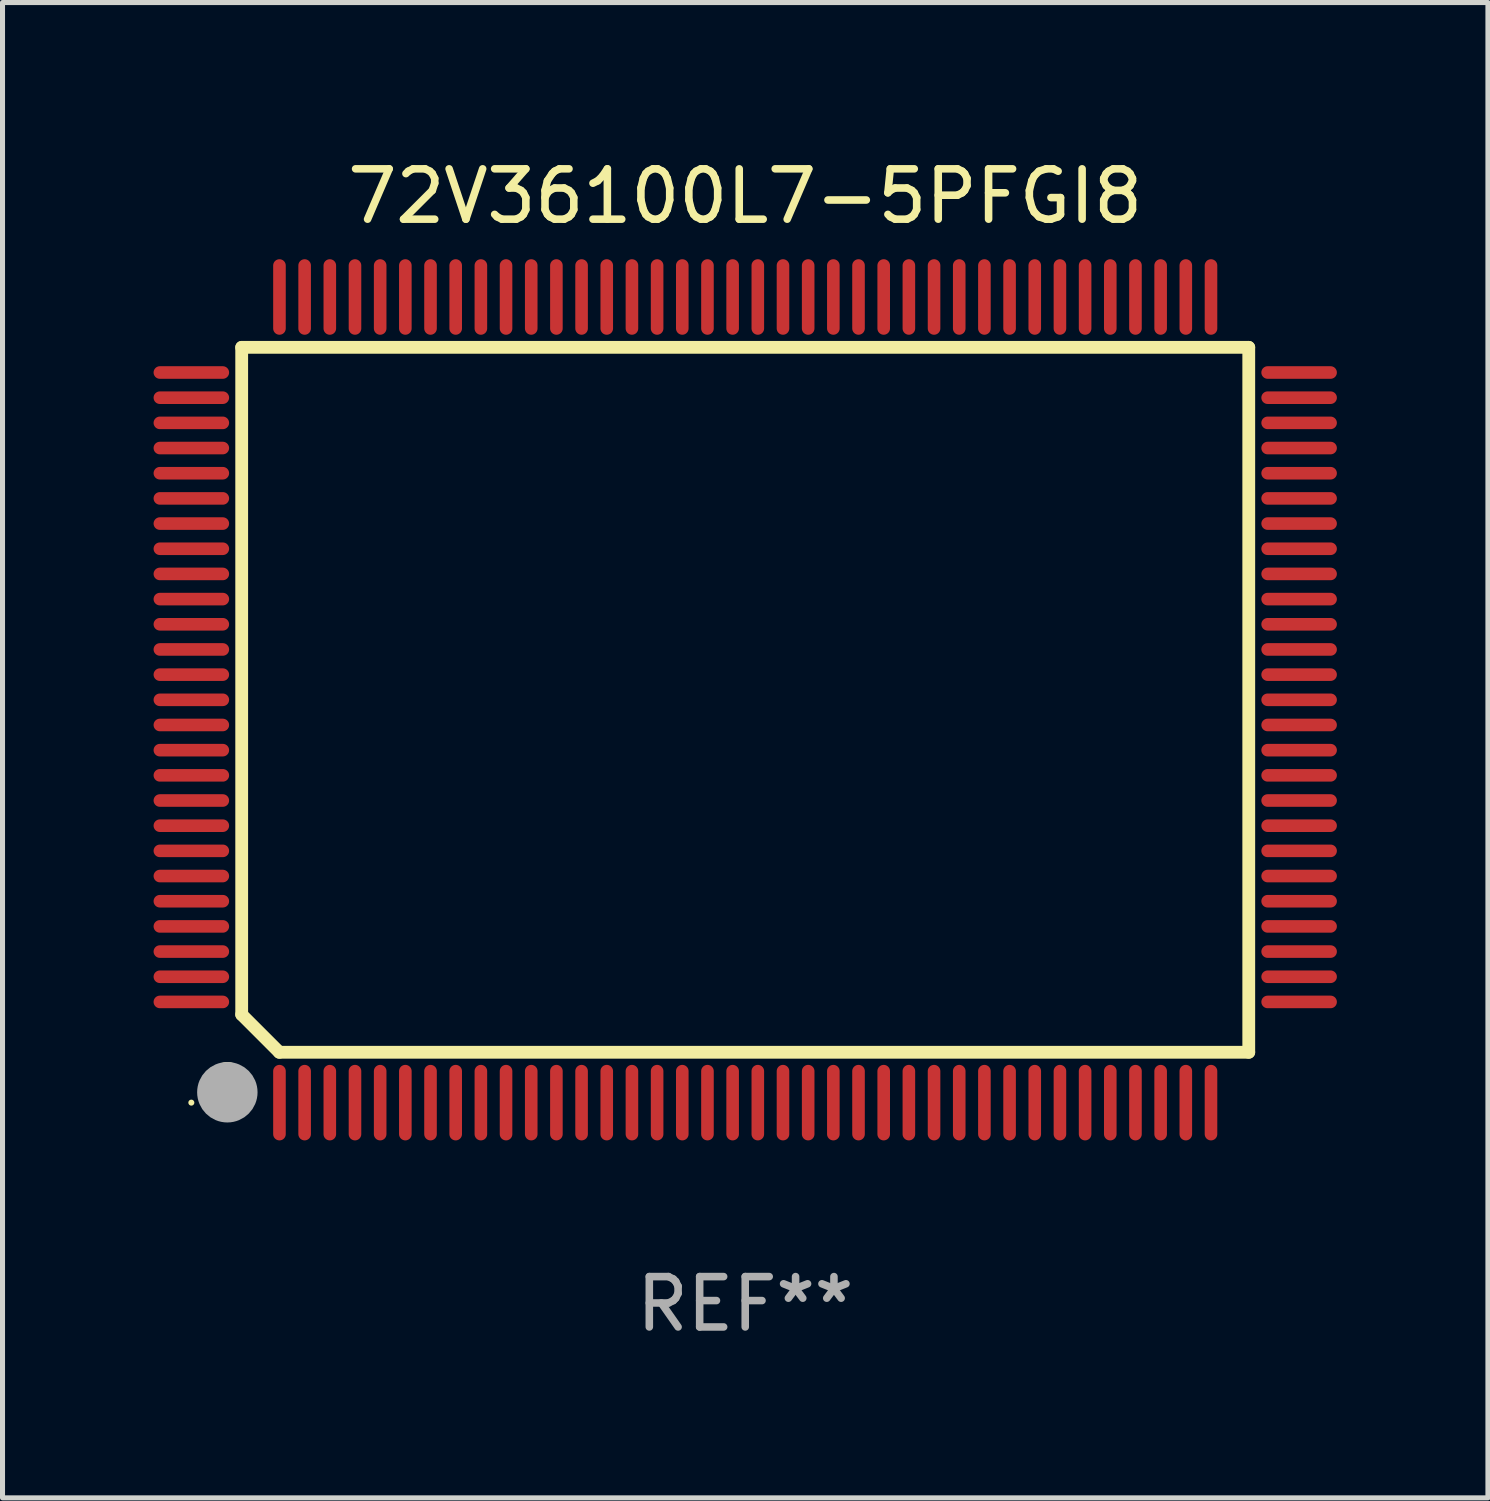
<source format=kicad_pcb>
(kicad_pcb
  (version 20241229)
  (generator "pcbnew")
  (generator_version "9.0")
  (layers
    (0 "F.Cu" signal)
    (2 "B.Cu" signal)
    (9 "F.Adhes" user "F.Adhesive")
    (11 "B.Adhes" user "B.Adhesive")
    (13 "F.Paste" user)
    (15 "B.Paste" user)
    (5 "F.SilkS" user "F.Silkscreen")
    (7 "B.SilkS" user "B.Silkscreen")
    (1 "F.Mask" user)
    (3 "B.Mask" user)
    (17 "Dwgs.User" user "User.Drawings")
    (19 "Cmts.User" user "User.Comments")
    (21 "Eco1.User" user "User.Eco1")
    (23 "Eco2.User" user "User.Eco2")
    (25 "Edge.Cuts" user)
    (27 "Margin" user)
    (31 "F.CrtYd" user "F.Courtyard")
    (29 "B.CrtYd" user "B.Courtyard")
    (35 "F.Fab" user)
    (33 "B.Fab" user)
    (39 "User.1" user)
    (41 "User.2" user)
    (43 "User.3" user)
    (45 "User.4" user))
  (footprint "72V36100L7-5PFGI8"
    (layer "F.Cu")
    (at 11.75 10.848)
    (property "Reference" "72V36100L7-5PFGI8" (at 0 -10 0) (layer "F.SilkS") (effects (font (size 1 1) (thickness 0.15))))
    (attr through_hole)
    (fp_line (start -10 -7) (end -10 6.25) (stroke (width 0.254) (type solid)) (layer "F.SilkS"))
    (fp_line (start -10 -7) (end 10 -7) (stroke (width 0.254) (type solid)) (layer "F.SilkS"))
    (fp_line (start -9.252 7) (end -10 6.252) (stroke (width 0.254) (type solid)) (layer "F.SilkS"))
    (fp_line (start 10 -7) (end 10 7) (stroke (width 0.254) (type solid)) (layer "F.SilkS"))
    (fp_line (start 10 7) (end -9.252 7) (stroke (width 0.254) (type solid)) (layer "F.SilkS"))
    (fp_arc (start -10.287021 7.493015) (mid -10.284481 7.493004) (end -10.281941 7.493015) (stroke (width 0.6) (type solid)) (layer "F.SilkS"))
    (fp_circle (center -11 8) (end -10.97 8) (stroke (width 0.06) (type solid)) (fill no) (layer "F.SilkS"))
    (fp_circle (center -10.285 7.794) (end -9.985 7.794) (stroke (width 0.6) (type solid)) (fill no) (layer "F.Fab"))
    (fp_text user "REF**" (at 0 12 0) (layer "F.Fab") (effects (font (size 1 1) (thickness 0.15))))
    (pad "1" smd oval (at -9.25 8) (size 0.25 1.5) (layers "F.Cu" "F.Mask" "F.Paste"))
    (pad "2" smd oval (at -8.75 8) (size 0.25 1.5) (layers "F.Cu" "F.Mask" "F.Paste"))
    (pad "3" smd oval (at -8.25 8) (size 0.25 1.5) (layers "F.Cu" "F.Mask" "F.Paste"))
    (pad "4" smd oval (at -7.75 8) (size 0.25 1.5) (layers "F.Cu" "F.Mask" "F.Paste"))
    (pad "5" smd oval (at -7.25 8) (size 0.25 1.5) (layers "F.Cu" "F.Mask" "F.Paste"))
    (pad "6" smd oval (at -6.75 8) (size 0.25 1.5) (layers "F.Cu" "F.Mask" "F.Paste"))
    (pad "7" smd oval (at -6.25 8) (size 0.25 1.5) (layers "F.Cu" "F.Mask" "F.Paste"))
    (pad "8" smd oval (at -5.75 8) (size 0.25 1.5) (layers "F.Cu" "F.Mask" "F.Paste"))
    (pad "9" smd oval (at -5.25 8) (size 0.25 1.5) (layers "F.Cu" "F.Mask" "F.Paste"))
    (pad "10" smd oval (at -4.75 8) (size 0.25 1.5) (layers "F.Cu" "F.Mask" "F.Paste"))
    (pad "11" smd oval (at -4.25 8) (size 0.25 1.5) (layers "F.Cu" "F.Mask" "F.Paste"))
    (pad "12" smd oval (at -3.75 8) (size 0.25 1.5) (layers "F.Cu" "F.Mask" "F.Paste"))
    (pad "13" smd oval (at -3.25 8) (size 0.25 1.5) (layers "F.Cu" "F.Mask" "F.Paste"))
    (pad "14" smd oval (at -2.75 8) (size 0.25 1.5) (layers "F.Cu" "F.Mask" "F.Paste"))
    (pad "15" smd oval (at -2.25 8) (size 0.25 1.5) (layers "F.Cu" "F.Mask" "F.Paste"))
    (pad "16" smd oval (at -1.75 8) (size 0.25 1.5) (layers "F.Cu" "F.Mask" "F.Paste"))
    (pad "17" smd oval (at -1.25 8) (size 0.25 1.5) (layers "F.Cu" "F.Mask" "F.Paste"))
    (pad "18" smd oval (at -0.75 8) (size 0.25 1.5) (layers "F.Cu" "F.Mask" "F.Paste"))
    (pad "19" smd oval (at -0.25 8) (size 0.25 1.5) (layers "F.Cu" "F.Mask" "F.Paste"))
    (pad "20" smd oval (at 0.25 8) (size 0.25 1.5) (layers "F.Cu" "F.Mask" "F.Paste"))
    (pad "21" smd oval (at 0.75 8) (size 0.25 1.5) (layers "F.Cu" "F.Mask" "F.Paste"))
    (pad "22" smd oval (at 1.25 8) (size 0.25 1.5) (layers "F.Cu" "F.Mask" "F.Paste"))
    (pad "23" smd oval (at 1.75 8) (size 0.25 1.5) (layers "F.Cu" "F.Mask" "F.Paste"))
    (pad "24" smd oval (at 2.25 8) (size 0.25 1.5) (layers "F.Cu" "F.Mask" "F.Paste"))
    (pad "25" smd oval (at 2.75 8) (size 0.25 1.5) (layers "F.Cu" "F.Mask" "F.Paste"))
    (pad "26" smd oval (at 3.25 8) (size 0.25 1.5) (layers "F.Cu" "F.Mask" "F.Paste"))
    (pad "27" smd oval (at 3.75 8) (size 0.25 1.5) (layers "F.Cu" "F.Mask" "F.Paste"))
    (pad "28" smd oval (at 4.25 8) (size 0.25 1.5) (layers "F.Cu" "F.Mask" "F.Paste"))
    (pad "29" smd oval (at 4.75 8) (size 0.25 1.5) (layers "F.Cu" "F.Mask" "F.Paste"))
    (pad "30" smd oval (at 5.25 8) (size 0.25 1.5) (layers "F.Cu" "F.Mask" "F.Paste"))
    (pad "31" smd oval (at 5.75 8) (size 0.25 1.5) (layers "F.Cu" "F.Mask" "F.Paste"))
    (pad "32" smd oval (at 6.25 8) (size 0.25 1.5) (layers "F.Cu" "F.Mask" "F.Paste"))
    (pad "33" smd oval (at 6.75 8 180) (size 0.25 1.5) (layers "F.Cu" "F.Mask" "F.Paste"))
    (pad "34" smd oval (at 7.25 8 180) (size 0.25 1.5) (layers "F.Cu" "F.Mask" "F.Paste"))
    (pad "35" smd oval (at 7.75 8 180) (size 0.25 1.5) (layers "F.Cu" "F.Mask" "F.Paste"))
    (pad "36" smd oval (at 8.25 8 180) (size 0.25 1.5) (layers "F.Cu" "F.Mask" "F.Paste"))
    (pad "37" smd oval (at 8.75 8 180) (size 0.25 1.5) (layers "F.Cu" "F.Mask" "F.Paste"))
    (pad "38" smd oval (at 9.25 8 180) (size 0.25 1.5) (layers "F.Cu" "F.Mask" "F.Paste"))
    (pad "39" smd oval (at 11 6 270) (size 0.25 1.5) (layers "F.Cu" "F.Mask" "F.Paste"))
    (pad "40" smd oval (at 11 5.5 270) (size 0.25 1.5) (layers "F.Cu" "F.Mask" "F.Paste"))
    (pad "41" smd oval (at 11 5 270) (size 0.25 1.5) (layers "F.Cu" "F.Mask" "F.Paste"))
    (pad "42" smd oval (at 11 4.5 270) (size 0.25 1.5) (layers "F.Cu" "F.Mask" "F.Paste"))
    (pad "43" smd oval (at 11 4 270) (size 0.25 1.5) (layers "F.Cu" "F.Mask" "F.Paste"))
    (pad "44" smd oval (at 11 3.5 270) (size 0.25 1.5) (layers "F.Cu" "F.Mask" "F.Paste"))
    (pad "45" smd oval (at 11 3 270) (size 0.25 1.5) (layers "F.Cu" "F.Mask" "F.Paste"))
    (pad "46" smd oval (at 11 2.5 270) (size 0.25 1.5) (layers "F.Cu" "F.Mask" "F.Paste"))
    (pad "47" smd oval (at 11 2 270) (size 0.25 1.5) (layers "F.Cu" "F.Mask" "F.Paste"))
    (pad "48" smd oval (at 11 1.5 270) (size 0.25 1.5) (layers "F.Cu" "F.Mask" "F.Paste"))
    (pad "49" smd oval (at 11 1 270) (size 0.25 1.5) (layers "F.Cu" "F.Mask" "F.Paste"))
    (pad "50" smd oval (at 11 0.5 270) (size 0.25 1.5) (layers "F.Cu" "F.Mask" "F.Paste"))
    (pad "51" smd oval (at 11 0 270) (size 0.25 1.5) (layers "F.Cu" "F.Mask" "F.Paste"))
    (pad "52" smd oval (at 11 -0.5 270) (size 0.25 1.5) (layers "F.Cu" "F.Mask" "F.Paste"))
    (pad "53" smd oval (at 11 -1 270) (size 0.25 1.5) (layers "F.Cu" "F.Mask" "F.Paste"))
    (pad "54" smd oval (at 11 -1.5 270) (size 0.25 1.5) (layers "F.Cu" "F.Mask" "F.Paste"))
    (pad "55" smd oval (at 11 -2 270) (size 0.25 1.5) (layers "F.Cu" "F.Mask" "F.Paste"))
    (pad "56" smd oval (at 11 -2.5 270) (size 0.25 1.5) (layers "F.Cu" "F.Mask" "F.Paste"))
    (pad "57" smd oval (at 11 -3 270) (size 0.25 1.5) (layers "F.Cu" "F.Mask" "F.Paste"))
    (pad "58" smd oval (at 11 -3.5 270) (size 0.25 1.5) (layers "F.Cu" "F.Mask" "F.Paste"))
    (pad "59" smd oval (at 11 -4 270) (size 0.25 1.5) (layers "F.Cu" "F.Mask" "F.Paste"))
    (pad "60" smd oval (at 11 -4.5 270) (size 0.25 1.5) (layers "F.Cu" "F.Mask" "F.Paste"))
    (pad "61" smd oval (at 11 -5 270) (size 0.25 1.5) (layers "F.Cu" "F.Mask" "F.Paste"))
    (pad "62" smd oval (at 11 -5.5 270) (size 0.25 1.5) (layers "F.Cu" "F.Mask" "F.Paste"))
    (pad "63" smd oval (at 11 -6 270) (size 0.25 1.5) (layers "F.Cu" "F.Mask" "F.Paste"))
    (pad "64" smd oval (at 11 -6.5 270) (size 0.25 1.5) (layers "F.Cu" "F.Mask" "F.Paste"))
    (pad "65" smd oval (at 9.25 -8 180) (size 0.25 1.5) (layers "F.Cu" "F.Mask" "F.Paste"))
    (pad "66" smd oval (at 8.75 -8 180) (size 0.25 1.5) (layers "F.Cu" "F.Mask" "F.Paste"))
    (pad "67" smd oval (at 8.25 -8 180) (size 0.25 1.5) (layers "F.Cu" "F.Mask" "F.Paste"))
    (pad "68" smd oval (at 7.75 -8 180) (size 0.25 1.5) (layers "F.Cu" "F.Mask" "F.Paste"))
    (pad "69" smd oval (at 7.25 -8 180) (size 0.25 1.5) (layers "F.Cu" "F.Mask" "F.Paste"))
    (pad "70" smd oval (at 6.75 -8 180) (size 0.25 1.5) (layers "F.Cu" "F.Mask" "F.Paste"))
    (pad "71" smd oval (at 6.25 -8 180) (size 0.25 1.5) (layers "F.Cu" "F.Mask" "F.Paste"))
    (pad "72" smd oval (at 5.75 -8 180) (size 0.25 1.5) (layers "F.Cu" "F.Mask" "F.Paste"))
    (pad "73" smd oval (at 5.25 -8 180) (size 0.25 1.5) (layers "F.Cu" "F.Mask" "F.Paste"))
    (pad "74" smd oval (at 4.75 -8 180) (size 0.25 1.5) (layers "F.Cu" "F.Mask" "F.Paste"))
    (pad "75" smd oval (at 4.25 -8 180) (size 0.25 1.5) (layers "F.Cu" "F.Mask" "F.Paste"))
    (pad "76" smd oval (at 3.75 -8 180) (size 0.25 1.5) (layers "F.Cu" "F.Mask" "F.Paste"))
    (pad "77" smd oval (at 3.25 -8 180) (size 0.25 1.5) (layers "F.Cu" "F.Mask" "F.Paste"))
    (pad "78" smd oval (at 2.75 -8 180) (size 0.25 1.5) (layers "F.Cu" "F.Mask" "F.Paste"))
    (pad "79" smd oval (at 2.25 -8 180) (size 0.25 1.5) (layers "F.Cu" "F.Mask" "F.Paste"))
    (pad "80" smd oval (at 1.75 -8 180) (size 0.25 1.5) (layers "F.Cu" "F.Mask" "F.Paste"))
    (pad "81" smd oval (at 1.25 -8 180) (size 0.25 1.5) (layers "F.Cu" "F.Mask" "F.Paste"))
    (pad "82" smd oval (at 0.75 -8 180) (size 0.25 1.5) (layers "F.Cu" "F.Mask" "F.Paste"))
    (pad "83" smd oval (at 0.25 -8 180) (size 0.25 1.5) (layers "F.Cu" "F.Mask" "F.Paste"))
    (pad "84" smd oval (at -0.25 -8 180) (size 0.25 1.5) (layers "F.Cu" "F.Mask" "F.Paste"))
    (pad "85" smd oval (at -0.75 -8 180) (size 0.25 1.5) (layers "F.Cu" "F.Mask" "F.Paste"))
    (pad "86" smd oval (at -1.25 -8 180) (size 0.25 1.5) (layers "F.Cu" "F.Mask" "F.Paste"))
    (pad "87" smd oval (at -1.75 -8 180) (size 0.25 1.5) (layers "F.Cu" "F.Mask" "F.Paste"))
    (pad "88" smd oval (at -2.25 -8 180) (size 0.25 1.5) (layers "F.Cu" "F.Mask" "F.Paste"))
    (pad "89" smd oval (at -2.75 -8 180) (size 0.25 1.5) (layers "F.Cu" "F.Mask" "F.Paste"))
    (pad "90" smd oval (at -3.25 -8 180) (size 0.25 1.5) (layers "F.Cu" "F.Mask" "F.Paste"))
    (pad "91" smd oval (at -3.75 -8 180) (size 0.25 1.5) (layers "F.Cu" "F.Mask" "F.Paste"))
    (pad "92" smd oval (at -4.25 -8 180) (size 0.25 1.5) (layers "F.Cu" "F.Mask" "F.Paste"))
    (pad "93" smd oval (at -4.75 -8 180) (size 0.25 1.5) (layers "F.Cu" "F.Mask" "F.Paste"))
    (pad "94" smd oval (at -5.25 -8 180) (size 0.25 1.5) (layers "F.Cu" "F.Mask" "F.Paste"))
    (pad "95" smd oval (at -5.75 -8 180) (size 0.25 1.5) (layers "F.Cu" "F.Mask" "F.Paste"))
    (pad "96" smd oval (at -6.25 -8 180) (size 0.25 1.5) (layers "F.Cu" "F.Mask" "F.Paste"))
    (pad "97" smd oval (at -6.75 -8 180) (size 0.25 1.5) (layers "F.Cu" "F.Mask" "F.Paste"))
    (pad "98" smd oval (at -7.25 -8 180) (size 0.25 1.5) (layers "F.Cu" "F.Mask" "F.Paste"))
    (pad "99" smd oval (at -7.75 -8 180) (size 0.25 1.5) (layers "F.Cu" "F.Mask" "F.Paste"))
    (pad "100" smd oval (at -8.25 -8 180) (size 0.25 1.5) (layers "F.Cu" "F.Mask" "F.Paste"))
    (pad "101" smd oval (at -8.75 -8 180) (size 0.25 1.5) (layers "F.Cu" "F.Mask" "F.Paste"))
    (pad "102" smd oval (at -9.25 -8) (size 0.25 1.5) (layers "F.Cu" "F.Mask" "F.Paste"))
    (pad "103" smd oval (at -11 -6.5 270) (size 0.25 1.5) (layers "F.Cu" "F.Mask" "F.Paste"))
    (pad "104" smd oval (at -11 -6 270) (size 0.25 1.5) (layers "F.Cu" "F.Mask" "F.Paste"))
    (pad "105" smd oval (at -11 -5.5 270) (size 0.25 1.5) (layers "F.Cu" "F.Mask" "F.Paste"))
    (pad "106" smd oval (at -11 -5 270) (size 0.25 1.5) (layers "F.Cu" "F.Mask" "F.Paste"))
    (pad "107" smd oval (at -11 -4.5 270) (size 0.25 1.5) (layers "F.Cu" "F.Mask" "F.Paste"))
    (pad "108" smd oval (at -11 -4 270) (size 0.25 1.5) (layers "F.Cu" "F.Mask" "F.Paste"))
    (pad "109" smd oval (at -11 -3.5 270) (size 0.25 1.5) (layers "F.Cu" "F.Mask" "F.Paste"))
    (pad "110" smd oval (at -11 -3 270) (size 0.25 1.5) (layers "F.Cu" "F.Mask" "F.Paste"))
    (pad "111" smd oval (at -11 -2.5 270) (size 0.25 1.5) (layers "F.Cu" "F.Mask" "F.Paste"))
    (pad "112" smd oval (at -11 -2 270) (size 0.25 1.5) (layers "F.Cu" "F.Mask" "F.Paste"))
    (pad "113" smd oval (at -11 -1.5 270) (size 0.25 1.5) (layers "F.Cu" "F.Mask" "F.Paste"))
    (pad "114" smd oval (at -11 -1 270) (size 0.25 1.5) (layers "F.Cu" "F.Mask" "F.Paste"))
    (pad "115" smd oval (at -11 -0.5 270) (size 0.25 1.5) (layers "F.Cu" "F.Mask" "F.Paste"))
    (pad "116" smd oval (at -11 0 270) (size 0.25 1.5) (layers "F.Cu" "F.Mask" "F.Paste"))
    (pad "117" smd oval (at -11 0.5 270) (size 0.25 1.5) (layers "F.Cu" "F.Mask" "F.Paste"))
    (pad "118" smd oval (at -11 1 270) (size 0.25 1.5) (layers "F.Cu" "F.Mask" "F.Paste"))
    (pad "119" smd oval (at -11 1.5 270) (size 0.25 1.5) (layers "F.Cu" "F.Mask" "F.Paste"))
    (pad "120" smd oval (at -11 2 270) (size 0.25 1.5) (layers "F.Cu" "F.Mask" "F.Paste"))
    (pad "121" smd oval (at -11 2.5 270) (size 0.25 1.5) (layers "F.Cu" "F.Mask" "F.Paste"))
    (pad "122" smd oval (at -11 3 270) (size 0.25 1.5) (layers "F.Cu" "F.Mask" "F.Paste"))
    (pad "123" smd oval (at -11 3.5 270) (size 0.25 1.5) (layers "F.Cu" "F.Mask" "F.Paste"))
    (pad "124" smd oval (at -11 4 270) (size 0.25 1.5) (layers "F.Cu" "F.Mask" "F.Paste"))
    (pad "125" smd oval (at -11 4.5 270) (size 0.25 1.5) (layers "F.Cu" "F.Mask" "F.Paste"))
    (pad "126" smd oval (at -11 5 270) (size 0.25 1.5) (layers "F.Cu" "F.Mask" "F.Paste"))
    (pad "127" smd oval (at -11 5.5 270) (size 0.25 1.5) (layers "F.Cu" "F.Mask" "F.Paste"))
    (pad "128" smd oval (at -11 6 270) (size 0.25 1.5) (layers "F.Cu" "F.Mask" "F.Paste")))
  (gr_rect
    (start -3 -3)
    (end 26.5 26.697)
    (stroke (width 0.1) (type default))
    (fill no)
    (layer "Edge.Cuts")))
</source>
